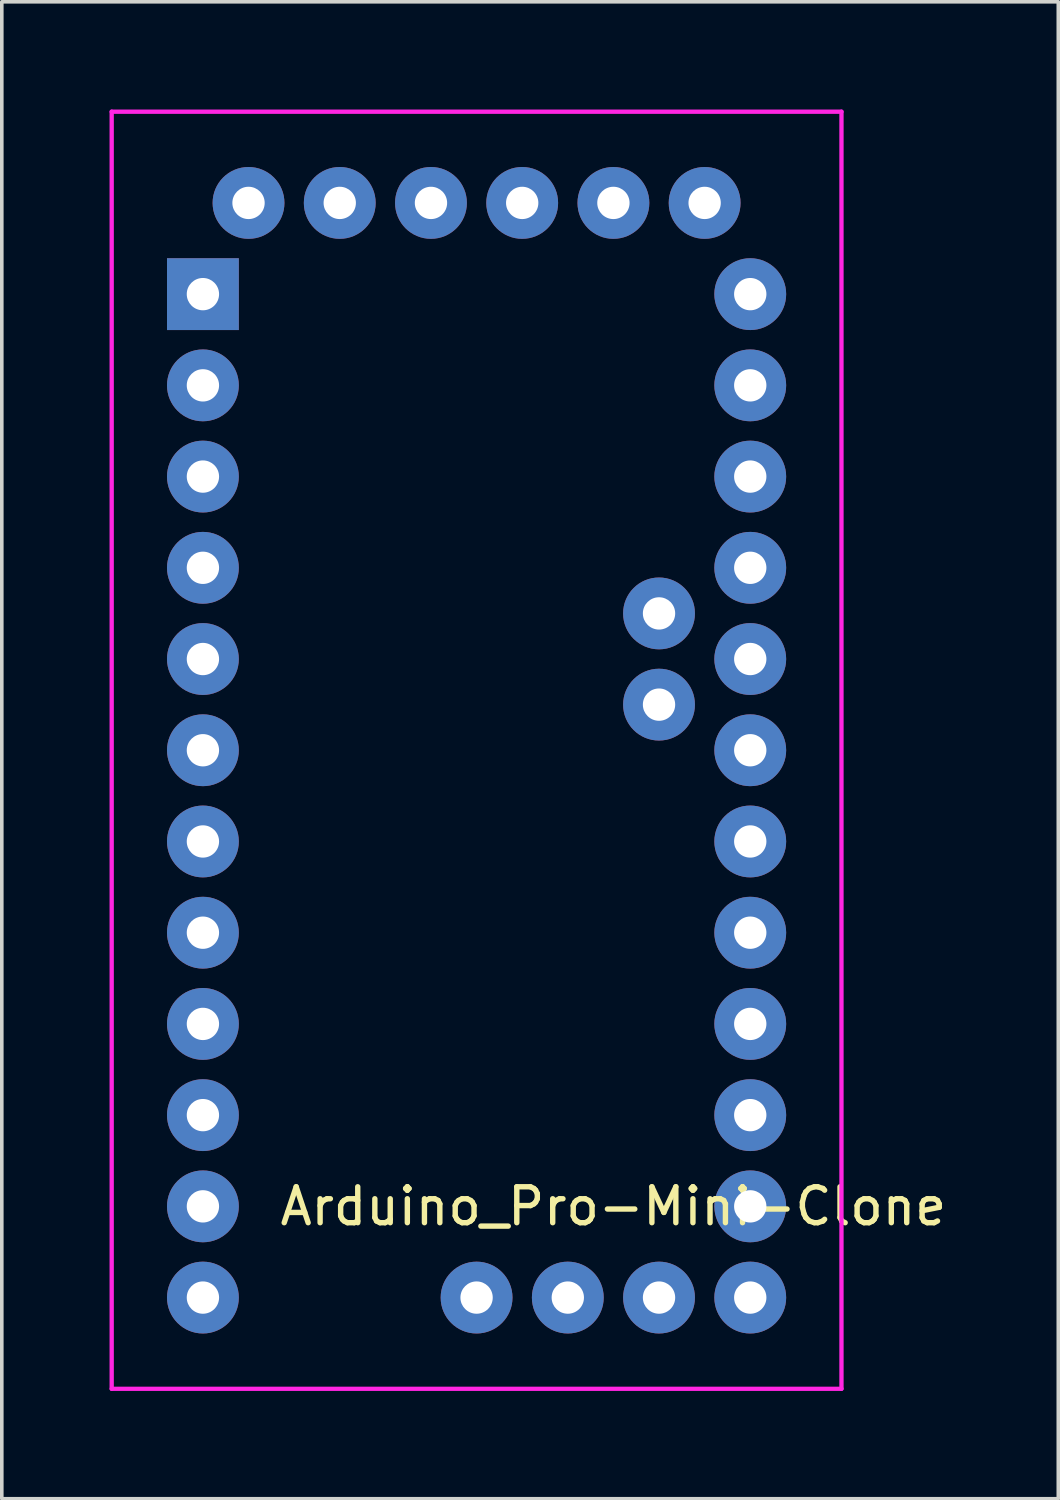
<source format=kicad_pcb>
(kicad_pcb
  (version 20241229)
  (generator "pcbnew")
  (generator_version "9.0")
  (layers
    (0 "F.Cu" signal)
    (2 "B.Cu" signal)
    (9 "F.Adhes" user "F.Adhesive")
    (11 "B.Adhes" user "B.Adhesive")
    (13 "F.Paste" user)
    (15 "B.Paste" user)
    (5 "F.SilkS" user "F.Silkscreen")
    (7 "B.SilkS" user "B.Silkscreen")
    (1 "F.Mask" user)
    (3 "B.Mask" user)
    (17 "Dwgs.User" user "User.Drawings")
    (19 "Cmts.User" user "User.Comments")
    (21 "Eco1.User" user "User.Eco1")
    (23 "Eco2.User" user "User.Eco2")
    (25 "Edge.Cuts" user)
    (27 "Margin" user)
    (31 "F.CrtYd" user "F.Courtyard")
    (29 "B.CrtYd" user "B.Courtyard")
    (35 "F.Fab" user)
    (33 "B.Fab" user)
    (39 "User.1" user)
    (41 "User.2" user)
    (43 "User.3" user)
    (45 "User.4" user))
  (footprint "Arduino_Pro-Mini-Clone"
    (layer "F.Cu")
    (at 2.6 5.14)
    (property "Reference" "Arduino_Pro-Mini-Clone" (at 11.43 25.4 0) (layer "F.SilkS") (effects (font (size 1 1) (thickness 0.15))))
    (attr through_hole)
    (fp_line (start -2.54 -5.08) (end 17.78 -5.08) (stroke (width 0.12) (type solid)) (layer "F.CrtYd"))
    (fp_line (start -2.54 30.48) (end -2.54 -5.08) (stroke (width 0.12) (type solid)) (layer "F.CrtYd"))
    (fp_line (start 17.78 -5.08) (end 17.78 30.48) (stroke (width 0.12) (type solid)) (layer "F.CrtYd"))
    (fp_line (start 17.78 30.48) (end -2.54 30.48) (stroke (width 0.12) (type solid)) (layer "F.CrtYd"))
    (pad "1" thru_hole rect (at 0 0) (size 2 2) (drill 0.9) (layers "*.Cu" "*.Mask"))
    (pad "2" thru_hole circle (at 0 2.54) (size 2 2) (drill 0.9) (layers "*.Cu" "*.Mask"))
    (pad "3" thru_hole circle (at 0 5.08) (size 2 2) (drill 0.9) (layers "*.Cu" "*.Mask"))
    (pad "4" thru_hole circle (at 0 7.62) (size 2 2) (drill 0.9) (layers "*.Cu" "*.Mask"))
    (pad "5" thru_hole circle (at 0 10.16) (size 2 2) (drill 0.9) (layers "*.Cu" "*.Mask"))
    (pad "6" thru_hole circle (at 0 12.7) (size 2 2) (drill 0.9) (layers "*.Cu" "*.Mask"))
    (pad "7" thru_hole circle (at 0 15.24) (size 2 2) (drill 0.9) (layers "*.Cu" "*.Mask"))
    (pad "8" thru_hole circle (at 0 17.78) (size 2 2) (drill 0.9) (layers "*.Cu" "*.Mask"))
    (pad "9" thru_hole circle (at 0 20.32) (size 2 2) (drill 0.9) (layers "*.Cu" "*.Mask"))
    (pad "10" thru_hole circle (at 0 22.86) (size 2 2) (drill 0.9) (layers "*.Cu" "*.Mask"))
    (pad "11" thru_hole circle (at 0 25.4) (size 2 2) (drill 0.9) (layers "*.Cu" "*.Mask"))
    (pad "12" thru_hole circle (at 0 27.94) (size 2 2) (drill 0.9) (layers "*.Cu" "*.Mask"))
    (pad "13" thru_hole circle (at 7.62 27.94) (size 2 2) (drill 0.9) (layers "*.Cu" "*.Mask"))
    (pad "14" thru_hole circle (at 10.16 27.94) (size 2 2) (drill 0.9) (layers "*.Cu" "*.Mask"))
    (pad "15" thru_hole circle (at 12.7 27.94) (size 2 2) (drill 0.9) (layers "*.Cu" "*.Mask"))
    (pad "16" thru_hole circle (at 15.24 27.94) (size 2 2) (drill 0.9) (layers "*.Cu" "*.Mask"))
    (pad "17" thru_hole circle (at 15.24 25.4) (size 2 2) (drill 0.9) (layers "*.Cu" "*.Mask"))
    (pad "18" thru_hole circle (at 15.24 22.86) (size 2 2) (drill 0.9) (layers "*.Cu" "*.Mask"))
    (pad "19" thru_hole circle (at 15.24 20.32) (size 2 2) (drill 0.9) (layers "*.Cu" "*.Mask"))
    (pad "20" thru_hole circle (at 15.24 17.78) (size 2 2) (drill 0.9) (layers "*.Cu" "*.Mask"))
    (pad "21" thru_hole circle (at 15.24 15.24) (size 2 2) (drill 0.9) (layers "*.Cu" "*.Mask"))
    (pad "22" thru_hole circle (at 15.24 12.7) (size 2 2) (drill 0.9) (layers "*.Cu" "*.Mask"))
    (pad "23" thru_hole circle (at 15.24 10.16) (size 2 2) (drill 0.9) (layers "*.Cu" "*.Mask"))
    (pad "24" thru_hole circle (at 15.24 7.62) (size 2 2) (drill 0.9) (layers "*.Cu" "*.Mask"))
    (pad "25" thru_hole circle (at 15.24 5.08) (size 2 2) (drill 0.9) (layers "*.Cu" "*.Mask"))
    (pad "26" thru_hole circle (at 15.24 2.54) (size 2 2) (drill 0.9) (layers "*.Cu" "*.Mask"))
    (pad "27" thru_hole circle (at 15.24 0) (size 2 2) (drill 0.9) (layers "*.Cu" "*.Mask"))
    (pad "28" thru_hole circle (at 13.97 -2.54) (size 2 2) (drill 0.9) (layers "*.Cu" "*.Mask"))
    (pad "29" thru_hole circle (at 11.43 -2.54) (size 2 2) (drill 0.9) (layers "*.Cu" "*.Mask"))
    (pad "30" thru_hole circle (at 8.89 -2.54) (size 2 2) (drill 0.9) (layers "*.Cu" "*.Mask"))
    (pad "31" thru_hole circle (at 6.35 -2.54) (size 2 2) (drill 0.9) (layers "*.Cu" "*.Mask"))
    (pad "32" thru_hole circle (at 3.81 -2.54) (size 2 2) (drill 0.9) (layers "*.Cu" "*.Mask"))
    (pad "33" thru_hole circle (at 1.27 -2.54) (size 2 2) (drill 0.9) (layers "*.Cu" "*.Mask"))
    (pad "34" thru_hole circle (at 12.7 11.43) (size 2 2) (drill 0.9) (layers "*.Cu" "*.Mask"))
    (pad "35" thru_hole circle (at 12.7 8.89) (size 2 2) (drill 0.9) (layers "*.Cu" "*.Mask")))
  (gr_rect
    (start -3 -3)
    (end 26.417 38.68)
    (stroke (width 0.1) (type default))
    (fill no)
    (layer "Edge.Cuts")))
</source>
